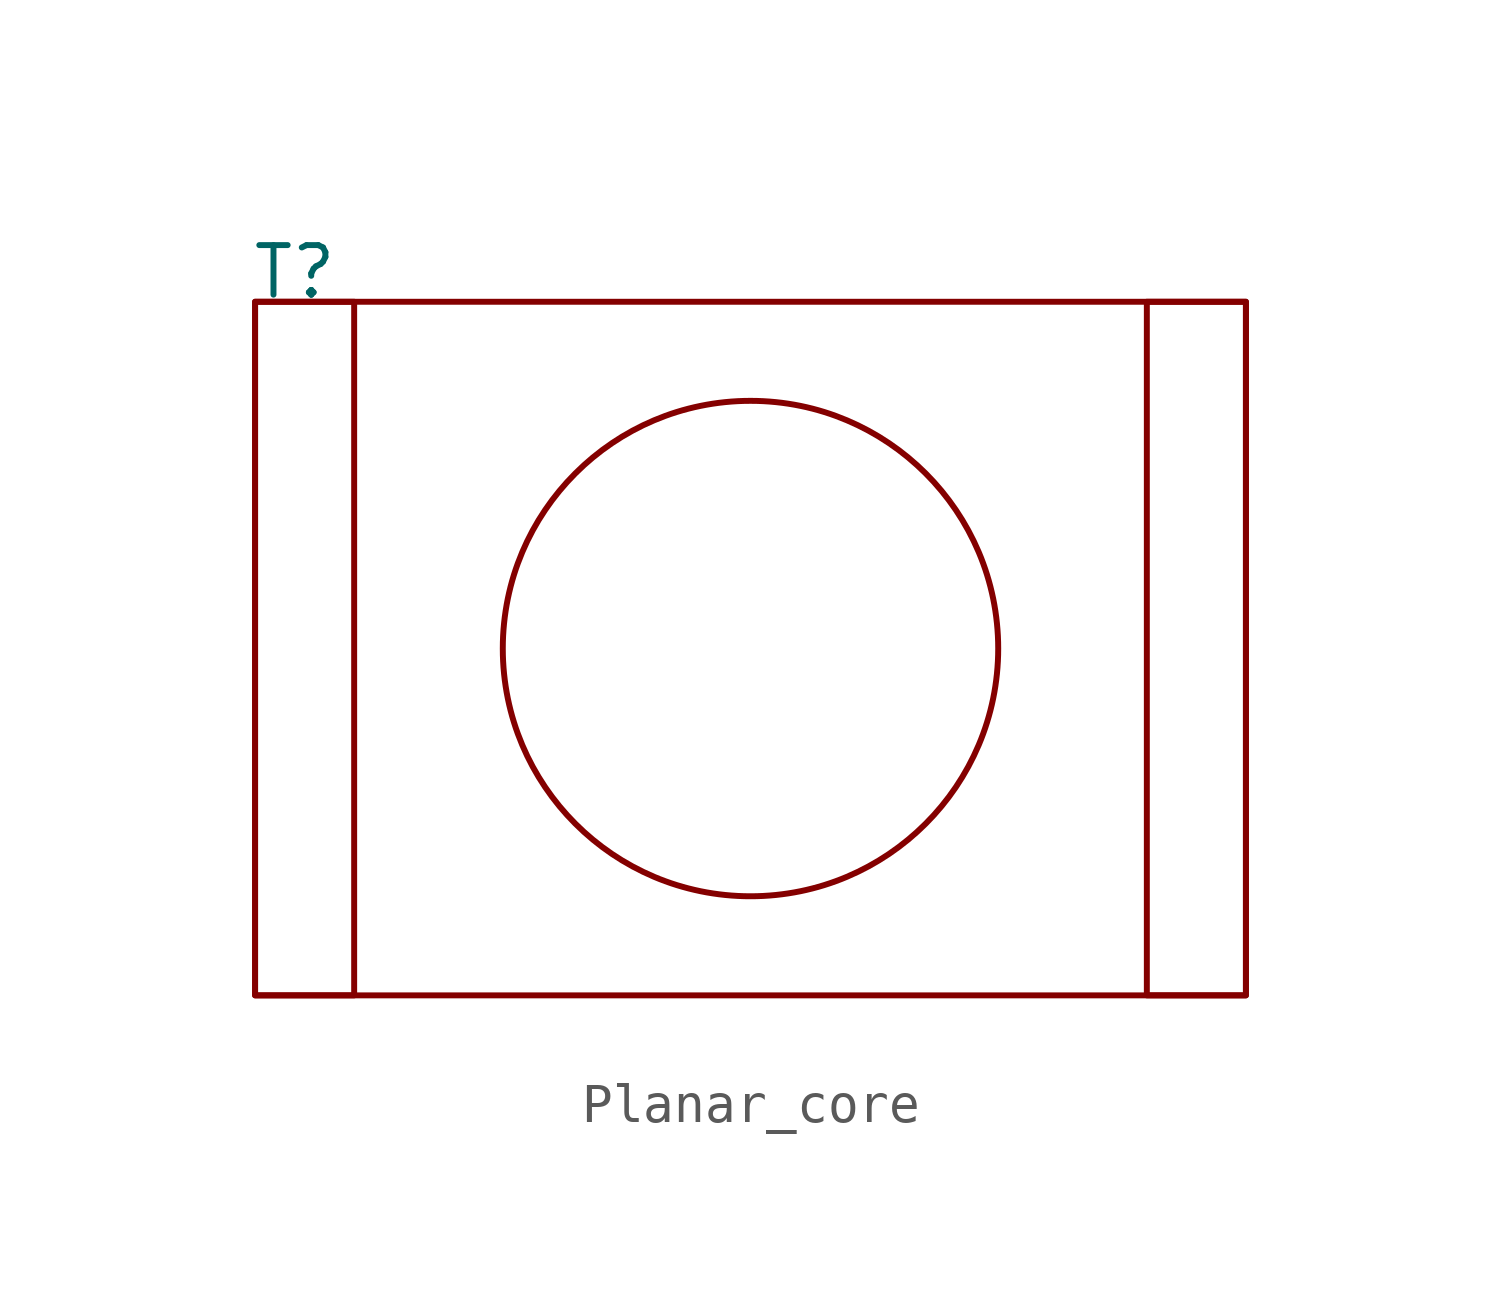
<source format=kicad_sym>
(kicad_symbol_lib
  (version 20231120)
  (generator "kicad_symbol_editor")
  (generator_version "8.0")
  (symbol "Planar_core"
    (property "Reference" "T"
      (at -11.684 9.652 0)
      (effects (font (size 1.27 1.27))))
    (property "Value" ""
      (at 0 0 0)
      (effects (font (size 1.27 1.27))))
    (symbol "Planar_core_0_1"
      (rectangle (start -12.7 8.89) (end -10.16 -8.89) (stroke (width 0) (type default)) (fill (type none)))
      (rectangle (start -12.7 8.89) (end 12.7 -8.89) (stroke (width 0) (type default)) (fill (type none)))
      (circle (center 0 0) (radius 6.35) (stroke (width 0) (type default)) (fill (type none)))
      (rectangle (start 10.16 8.89) (end 12.7 -8.89) (stroke (width 0) (type default)) (fill (type none))))))
</source>
